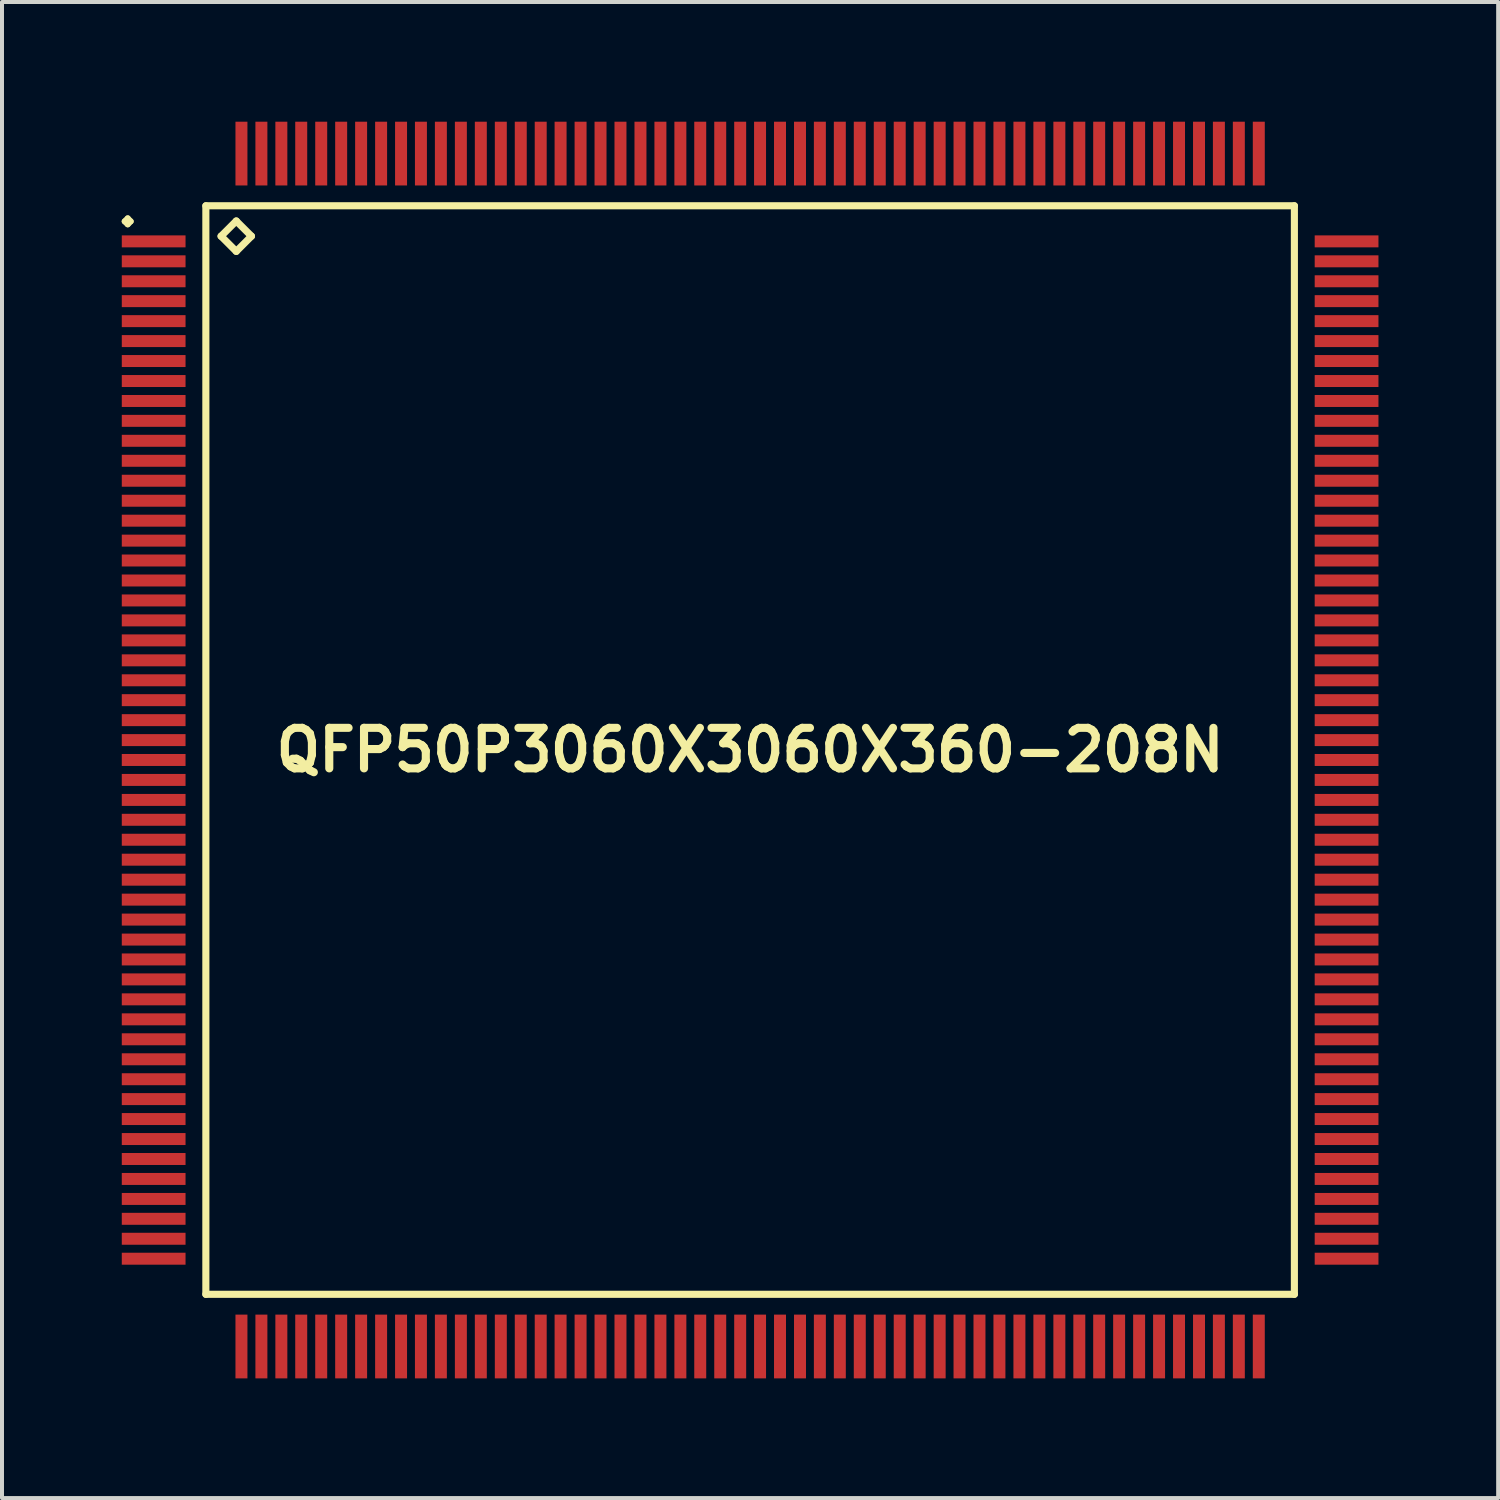
<source format=kicad_pcb>
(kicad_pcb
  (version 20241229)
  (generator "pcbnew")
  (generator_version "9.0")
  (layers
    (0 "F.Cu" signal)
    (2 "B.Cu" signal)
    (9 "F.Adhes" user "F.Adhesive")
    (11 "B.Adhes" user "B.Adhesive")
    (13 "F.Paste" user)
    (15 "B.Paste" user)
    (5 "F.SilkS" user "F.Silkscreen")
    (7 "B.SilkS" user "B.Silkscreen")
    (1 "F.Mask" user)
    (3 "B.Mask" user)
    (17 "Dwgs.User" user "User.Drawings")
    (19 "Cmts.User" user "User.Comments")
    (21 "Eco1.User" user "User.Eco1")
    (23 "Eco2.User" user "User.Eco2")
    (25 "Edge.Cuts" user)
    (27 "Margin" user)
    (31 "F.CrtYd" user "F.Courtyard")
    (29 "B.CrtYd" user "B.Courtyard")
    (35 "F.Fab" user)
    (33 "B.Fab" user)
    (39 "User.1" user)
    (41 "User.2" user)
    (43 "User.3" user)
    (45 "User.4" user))
  (footprint "QFP50P3060X3060X360-208N"
    (layer "F.Cu")
    (at 15.749 15.747)
    (property "Reference" "QFP50P3060X3060X360-208N" (at 0 0 0) (layer "F.SilkS") (effects (font (size 1.016 1.016) (thickness 0.203))))
    (attr smd)
    (fp_line (start -15.674 -13.249) (end -15.598 -13.325) (stroke (width 0.15) (type solid)) (layer "F.SilkS"))
    (fp_line (start -15.598 -13.325) (end -15.524 -13.249) (stroke (width 0.15) (type solid)) (layer "F.SilkS"))
    (fp_line (start -15.598 -13.175) (end -15.674 -13.249) (stroke (width 0.15) (type solid)) (layer "F.SilkS"))
    (fp_line (start -15.524 -13.249) (end -15.598 -13.175) (stroke (width 0.15) (type solid)) (layer "F.SilkS"))
    (fp_line (start -13.64 -13.64) (end -13.64 13.64) (stroke (width 0.178) (type solid)) (layer "F.SilkS"))
    (fp_line (start -13.64 13.64) (end 13.64 13.64) (stroke (width 0.178) (type solid)) (layer "F.SilkS"))
    (fp_line (start -13.259 -12.878) (end -12.878 -13.259) (stroke (width 0.178) (type solid)) (layer "F.SilkS"))
    (fp_line (start -12.878 -13.259) (end -12.497 -12.878) (stroke (width 0.178) (type solid)) (layer "F.SilkS"))
    (fp_line (start -12.878 -12.497) (end -13.259 -12.878) (stroke (width 0.178) (type solid)) (layer "F.SilkS"))
    (fp_line (start -12.497 -12.878) (end -12.878 -12.497) (stroke (width 0.178) (type solid)) (layer "F.SilkS"))
    (fp_line (start 13.64 -13.64) (end -13.64 -13.64) (stroke (width 0.178) (type solid)) (layer "F.SilkS"))
    (fp_line (start 13.64 13.64) (end 13.64 -13.64) (stroke (width 0.178) (type solid)) (layer "F.SilkS"))
    (pad "1" smd rect (at -14.948 -12.748) (size 1.598 0.3) (layers "F.Cu" "F.Mask" "F.Paste"))
    (pad "2" smd rect (at -14.948 -12.248) (size 1.598 0.3) (layers "F.Cu" "F.Mask" "F.Paste"))
    (pad "3" smd rect (at -14.948 -11.748) (size 1.598 0.3) (layers "F.Cu" "F.Mask" "F.Paste"))
    (pad "4" smd rect (at -14.948 -11.25) (size 1.598 0.3) (layers "F.Cu" "F.Mask" "F.Paste"))
    (pad "5" smd rect (at -14.948 -10.749) (size 1.598 0.3) (layers "F.Cu" "F.Mask" "F.Paste"))
    (pad "6" smd rect (at -14.948 -10.249) (size 1.598 0.3) (layers "F.Cu" "F.Mask" "F.Paste"))
    (pad "7" smd rect (at -14.948 -9.749) (size 1.598 0.3) (layers "F.Cu" "F.Mask" "F.Paste"))
    (pad "8" smd rect (at -14.948 -9.248) (size 1.598 0.3) (layers "F.Cu" "F.Mask" "F.Paste"))
    (pad "9" smd rect (at -14.948 -8.748) (size 1.598 0.3) (layers "F.Cu" "F.Mask" "F.Paste"))
    (pad "10" smd rect (at -14.948 -8.25) (size 1.598 0.3) (layers "F.Cu" "F.Mask" "F.Paste"))
    (pad "11" smd rect (at -14.948 -7.75) (size 1.598 0.3) (layers "F.Cu" "F.Mask" "F.Paste"))
    (pad "12" smd rect (at -14.948 -7.249) (size 1.598 0.3) (layers "F.Cu" "F.Mask" "F.Paste"))
    (pad "13" smd rect (at -14.948 -6.749) (size 1.598 0.3) (layers "F.Cu" "F.Mask" "F.Paste"))
    (pad "14" smd rect (at -14.948 -6.248) (size 1.598 0.3) (layers "F.Cu" "F.Mask" "F.Paste"))
    (pad "15" smd rect (at -14.948 -5.748) (size 1.598 0.3) (layers "F.Cu" "F.Mask" "F.Paste"))
    (pad "16" smd rect (at -14.948 -5.248) (size 1.598 0.3) (layers "F.Cu" "F.Mask" "F.Paste"))
    (pad "17" smd rect (at -14.948 -4.75) (size 1.598 0.3) (layers "F.Cu" "F.Mask" "F.Paste"))
    (pad "18" smd rect (at -14.948 -4.249) (size 1.598 0.3) (layers "F.Cu" "F.Mask" "F.Paste"))
    (pad "19" smd rect (at -14.948 -3.749) (size 1.598 0.3) (layers "F.Cu" "F.Mask" "F.Paste"))
    (pad "20" smd rect (at -14.948 -3.249) (size 1.598 0.3) (layers "F.Cu" "F.Mask" "F.Paste"))
    (pad "21" smd rect (at -14.948 -2.748) (size 1.598 0.3) (layers "F.Cu" "F.Mask" "F.Paste"))
    (pad "22" smd rect (at -14.948 -2.248) (size 1.598 0.3) (layers "F.Cu" "F.Mask" "F.Paste"))
    (pad "23" smd rect (at -14.948 -1.748) (size 1.598 0.3) (layers "F.Cu" "F.Mask" "F.Paste"))
    (pad "24" smd rect (at -14.948 -1.25) (size 1.598 0.3) (layers "F.Cu" "F.Mask" "F.Paste"))
    (pad "25" smd rect (at -14.948 -0.749) (size 1.598 0.3) (layers "F.Cu" "F.Mask" "F.Paste"))
    (pad "26" smd rect (at -14.948 -0.249) (size 1.598 0.3) (layers "F.Cu" "F.Mask" "F.Paste"))
    (pad "27" smd rect (at -14.948 0.249) (size 1.598 0.3) (layers "F.Cu" "F.Mask" "F.Paste"))
    (pad "28" smd rect (at -14.948 0.749) (size 1.598 0.3) (layers "F.Cu" "F.Mask" "F.Paste"))
    (pad "29" smd rect (at -14.948 1.25) (size 1.598 0.3) (layers "F.Cu" "F.Mask" "F.Paste"))
    (pad "30" smd rect (at -14.948 1.748) (size 1.598 0.3) (layers "F.Cu" "F.Mask" "F.Paste"))
    (pad "31" smd rect (at -14.948 2.248) (size 1.598 0.3) (layers "F.Cu" "F.Mask" "F.Paste"))
    (pad "32" smd rect (at -14.948 2.748) (size 1.598 0.3) (layers "F.Cu" "F.Mask" "F.Paste"))
    (pad "33" smd rect (at -14.948 3.249) (size 1.598 0.3) (layers "F.Cu" "F.Mask" "F.Paste"))
    (pad "34" smd rect (at -14.948 3.749) (size 1.598 0.3) (layers "F.Cu" "F.Mask" "F.Paste"))
    (pad "35" smd rect (at -14.948 4.249) (size 1.598 0.3) (layers "F.Cu" "F.Mask" "F.Paste"))
    (pad "36" smd rect (at -14.948 4.75) (size 1.598 0.3) (layers "F.Cu" "F.Mask" "F.Paste"))
    (pad "37" smd rect (at -14.948 5.248) (size 1.598 0.3) (layers "F.Cu" "F.Mask" "F.Paste"))
    (pad "38" smd rect (at -14.948 5.748) (size 1.598 0.3) (layers "F.Cu" "F.Mask" "F.Paste"))
    (pad "39" smd rect (at -14.948 6.248) (size 1.598 0.3) (layers "F.Cu" "F.Mask" "F.Paste"))
    (pad "40" smd rect (at -14.948 6.749) (size 1.598 0.3) (layers "F.Cu" "F.Mask" "F.Paste"))
    (pad "41" smd rect (at -14.948 7.249) (size 1.598 0.3) (layers "F.Cu" "F.Mask" "F.Paste"))
    (pad "42" smd rect (at -14.948 7.75) (size 1.598 0.3) (layers "F.Cu" "F.Mask" "F.Paste"))
    (pad "43" smd rect (at -14.948 8.25) (size 1.598 0.3) (layers "F.Cu" "F.Mask" "F.Paste"))
    (pad "44" smd rect (at -14.948 8.748) (size 1.598 0.3) (layers "F.Cu" "F.Mask" "F.Paste"))
    (pad "45" smd rect (at -14.948 9.248) (size 1.598 0.3) (layers "F.Cu" "F.Mask" "F.Paste"))
    (pad "46" smd rect (at -14.948 9.749) (size 1.598 0.3) (layers "F.Cu" "F.Mask" "F.Paste"))
    (pad "47" smd rect (at -14.948 10.249) (size 1.598 0.3) (layers "F.Cu" "F.Mask" "F.Paste"))
    (pad "48" smd rect (at -14.948 10.749) (size 1.598 0.3) (layers "F.Cu" "F.Mask" "F.Paste"))
    (pad "49" smd rect (at -14.948 11.25) (size 1.598 0.3) (layers "F.Cu" "F.Mask" "F.Paste"))
    (pad "50" smd rect (at -14.948 11.748) (size 1.598 0.3) (layers "F.Cu" "F.Mask" "F.Paste"))
    (pad "51" smd rect (at -14.948 12.248) (size 1.598 0.3) (layers "F.Cu" "F.Mask" "F.Paste"))
    (pad "52" smd rect (at -14.948 12.748) (size 1.598 0.3) (layers "F.Cu" "F.Mask" "F.Paste"))
    (pad "53" smd rect (at -12.748 14.948) (size 0.3 1.598) (layers "F.Cu" "F.Mask" "F.Paste"))
    (pad "54" smd rect (at -12.248 14.948) (size 0.3 1.598) (layers "F.Cu" "F.Mask" "F.Paste"))
    (pad "55" smd rect (at -11.748 14.948) (size 0.3 1.598) (layers "F.Cu" "F.Mask" "F.Paste"))
    (pad "56" smd rect (at -11.25 14.948) (size 0.3 1.598) (layers "F.Cu" "F.Mask" "F.Paste"))
    (pad "57" smd rect (at -10.749 14.948) (size 0.3 1.598) (layers "F.Cu" "F.Mask" "F.Paste"))
    (pad "58" smd rect (at -10.249 14.948) (size 0.3 1.598) (layers "F.Cu" "F.Mask" "F.Paste"))
    (pad "59" smd rect (at -9.749 14.948) (size 0.3 1.598) (layers "F.Cu" "F.Mask" "F.Paste"))
    (pad "60" smd rect (at -9.248 14.948) (size 0.3 1.598) (layers "F.Cu" "F.Mask" "F.Paste"))
    (pad "61" smd rect (at -8.748 14.948) (size 0.3 1.598) (layers "F.Cu" "F.Mask" "F.Paste"))
    (pad "62" smd rect (at -8.25 14.948) (size 0.3 1.598) (layers "F.Cu" "F.Mask" "F.Paste"))
    (pad "63" smd rect (at -7.75 14.948) (size 0.3 1.598) (layers "F.Cu" "F.Mask" "F.Paste"))
    (pad "64" smd rect (at -7.249 14.948) (size 0.3 1.598) (layers "F.Cu" "F.Mask" "F.Paste"))
    (pad "65" smd rect (at -6.749 14.948) (size 0.3 1.598) (layers "F.Cu" "F.Mask" "F.Paste"))
    (pad "66" smd rect (at -6.248 14.948) (size 0.3 1.598) (layers "F.Cu" "F.Mask" "F.Paste"))
    (pad "67" smd rect (at -5.748 14.948) (size 0.3 1.598) (layers "F.Cu" "F.Mask" "F.Paste"))
    (pad "68" smd rect (at -5.248 14.948) (size 0.3 1.598) (layers "F.Cu" "F.Mask" "F.Paste"))
    (pad "69" smd rect (at -4.75 14.948) (size 0.3 1.598) (layers "F.Cu" "F.Mask" "F.Paste"))
    (pad "70" smd rect (at -4.249 14.948) (size 0.3 1.598) (layers "F.Cu" "F.Mask" "F.Paste"))
    (pad "71" smd rect (at -3.749 14.948) (size 0.3 1.598) (layers "F.Cu" "F.Mask" "F.Paste"))
    (pad "72" smd rect (at -3.249 14.948) (size 0.3 1.598) (layers "F.Cu" "F.Mask" "F.Paste"))
    (pad "73" smd rect (at -2.748 14.948) (size 0.3 1.598) (layers "F.Cu" "F.Mask" "F.Paste"))
    (pad "74" smd rect (at -2.248 14.948) (size 0.3 1.598) (layers "F.Cu" "F.Mask" "F.Paste"))
    (pad "75" smd rect (at -1.748 14.948) (size 0.3 1.598) (layers "F.Cu" "F.Mask" "F.Paste"))
    (pad "76" smd rect (at -1.25 14.948) (size 0.3 1.598) (layers "F.Cu" "F.Mask" "F.Paste"))
    (pad "77" smd rect (at -0.749 14.948) (size 0.3 1.598) (layers "F.Cu" "F.Mask" "F.Paste"))
    (pad "78" smd rect (at -0.249 14.948) (size 0.3 1.598) (layers "F.Cu" "F.Mask" "F.Paste"))
    (pad "79" smd rect (at 0.249 14.948) (size 0.3 1.598) (layers "F.Cu" "F.Mask" "F.Paste"))
    (pad "80" smd rect (at 0.749 14.948) (size 0.3 1.598) (layers "F.Cu" "F.Mask" "F.Paste"))
    (pad "81" smd rect (at 1.25 14.948) (size 0.3 1.598) (layers "F.Cu" "F.Mask" "F.Paste"))
    (pad "82" smd rect (at 1.748 14.948) (size 0.3 1.598) (layers "F.Cu" "F.Mask" "F.Paste"))
    (pad "83" smd rect (at 2.248 14.948) (size 0.3 1.598) (layers "F.Cu" "F.Mask" "F.Paste"))
    (pad "84" smd rect (at 2.748 14.948) (size 0.3 1.598) (layers "F.Cu" "F.Mask" "F.Paste"))
    (pad "85" smd rect (at 3.249 14.948) (size 0.3 1.598) (layers "F.Cu" "F.Mask" "F.Paste"))
    (pad "86" smd rect (at 3.749 14.948) (size 0.3 1.598) (layers "F.Cu" "F.Mask" "F.Paste"))
    (pad "87" smd rect (at 4.249 14.948) (size 0.3 1.598) (layers "F.Cu" "F.Mask" "F.Paste"))
    (pad "88" smd rect (at 4.75 14.948) (size 0.3 1.598) (layers "F.Cu" "F.Mask" "F.Paste"))
    (pad "89" smd rect (at 5.248 14.948) (size 0.3 1.598) (layers "F.Cu" "F.Mask" "F.Paste"))
    (pad "90" smd rect (at 5.748 14.948) (size 0.3 1.598) (layers "F.Cu" "F.Mask" "F.Paste"))
    (pad "91" smd rect (at 6.248 14.948) (size 0.3 1.598) (layers "F.Cu" "F.Mask" "F.Paste"))
    (pad "92" smd rect (at 6.749 14.948) (size 0.3 1.598) (layers "F.Cu" "F.Mask" "F.Paste"))
    (pad "93" smd rect (at 7.249 14.948) (size 0.3 1.598) (layers "F.Cu" "F.Mask" "F.Paste"))
    (pad "94" smd rect (at 7.75 14.948) (size 0.3 1.598) (layers "F.Cu" "F.Mask" "F.Paste"))
    (pad "95" smd rect (at 8.25 14.948) (size 0.3 1.598) (layers "F.Cu" "F.Mask" "F.Paste"))
    (pad "96" smd rect (at 8.748 14.948) (size 0.3 1.598) (layers "F.Cu" "F.Mask" "F.Paste"))
    (pad "97" smd rect (at 9.248 14.948) (size 0.3 1.598) (layers "F.Cu" "F.Mask" "F.Paste"))
    (pad "98" smd rect (at 9.749 14.948) (size 0.3 1.598) (layers "F.Cu" "F.Mask" "F.Paste"))
    (pad "99" smd rect (at 10.249 14.948) (size 0.3 1.598) (layers "F.Cu" "F.Mask" "F.Paste"))
    (pad "100" smd rect (at 10.749 14.948) (size 0.3 1.598) (layers "F.Cu" "F.Mask" "F.Paste"))
    (pad "101" smd rect (at 11.25 14.948) (size 0.3 1.598) (layers "F.Cu" "F.Mask" "F.Paste"))
    (pad "102" smd rect (at 11.748 14.948) (size 0.3 1.598) (layers "F.Cu" "F.Mask" "F.Paste"))
    (pad "103" smd rect (at 12.248 14.948) (size 0.3 1.598) (layers "F.Cu" "F.Mask" "F.Paste"))
    (pad "104" smd rect (at 12.748 14.948) (size 0.3 1.598) (layers "F.Cu" "F.Mask" "F.Paste"))
    (pad "105" smd rect (at 14.948 12.748) (size 1.598 0.3) (layers "F.Cu" "F.Mask" "F.Paste"))
    (pad "106" smd rect (at 14.948 12.248) (size 1.598 0.3) (layers "F.Cu" "F.Mask" "F.Paste"))
    (pad "107" smd rect (at 14.948 11.748) (size 1.598 0.3) (layers "F.Cu" "F.Mask" "F.Paste"))
    (pad "108" smd rect (at 14.948 11.25) (size 1.598 0.3) (layers "F.Cu" "F.Mask" "F.Paste"))
    (pad "109" smd rect (at 14.948 10.749) (size 1.598 0.3) (layers "F.Cu" "F.Mask" "F.Paste"))
    (pad "110" smd rect (at 14.948 10.249) (size 1.598 0.3) (layers "F.Cu" "F.Mask" "F.Paste"))
    (pad "111" smd rect (at 14.948 9.749) (size 1.598 0.3) (layers "F.Cu" "F.Mask" "F.Paste"))
    (pad "112" smd rect (at 14.948 9.248) (size 1.598 0.3) (layers "F.Cu" "F.Mask" "F.Paste"))
    (pad "113" smd rect (at 14.948 8.748) (size 1.598 0.3) (layers "F.Cu" "F.Mask" "F.Paste"))
    (pad "114" smd rect (at 14.948 8.25) (size 1.598 0.3) (layers "F.Cu" "F.Mask" "F.Paste"))
    (pad "115" smd rect (at 14.948 7.75) (size 1.598 0.3) (layers "F.Cu" "F.Mask" "F.Paste"))
    (pad "116" smd rect (at 14.948 7.249) (size 1.598 0.3) (layers "F.Cu" "F.Mask" "F.Paste"))
    (pad "117" smd rect (at 14.948 6.749) (size 1.598 0.3) (layers "F.Cu" "F.Mask" "F.Paste"))
    (pad "118" smd rect (at 14.948 6.248) (size 1.598 0.3) (layers "F.Cu" "F.Mask" "F.Paste"))
    (pad "119" smd rect (at 14.948 5.748) (size 1.598 0.3) (layers "F.Cu" "F.Mask" "F.Paste"))
    (pad "120" smd rect (at 14.948 5.248) (size 1.598 0.3) (layers "F.Cu" "F.Mask" "F.Paste"))
    (pad "121" smd rect (at 14.948 4.75) (size 1.598 0.3) (layers "F.Cu" "F.Mask" "F.Paste"))
    (pad "122" smd rect (at 14.948 4.249) (size 1.598 0.3) (layers "F.Cu" "F.Mask" "F.Paste"))
    (pad "123" smd rect (at 14.948 3.749) (size 1.598 0.3) (layers "F.Cu" "F.Mask" "F.Paste"))
    (pad "124" smd rect (at 14.948 3.249) (size 1.598 0.3) (layers "F.Cu" "F.Mask" "F.Paste"))
    (pad "125" smd rect (at 14.948 2.748) (size 1.598 0.3) (layers "F.Cu" "F.Mask" "F.Paste"))
    (pad "126" smd rect (at 14.948 2.248) (size 1.598 0.3) (layers "F.Cu" "F.Mask" "F.Paste"))
    (pad "127" smd rect (at 14.948 1.748) (size 1.598 0.3) (layers "F.Cu" "F.Mask" "F.Paste"))
    (pad "128" smd rect (at 14.948 1.25) (size 1.598 0.3) (layers "F.Cu" "F.Mask" "F.Paste"))
    (pad "129" smd rect (at 14.948 0.749) (size 1.598 0.3) (layers "F.Cu" "F.Mask" "F.Paste"))
    (pad "130" smd rect (at 14.948 0.249) (size 1.598 0.3) (layers "F.Cu" "F.Mask" "F.Paste"))
    (pad "131" smd rect (at 14.948 -0.249) (size 1.598 0.3) (layers "F.Cu" "F.Mask" "F.Paste"))
    (pad "132" smd rect (at 14.948 -0.749) (size 1.598 0.3) (layers "F.Cu" "F.Mask" "F.Paste"))
    (pad "133" smd rect (at 14.948 -1.25) (size 1.598 0.3) (layers "F.Cu" "F.Mask" "F.Paste"))
    (pad "134" smd rect (at 14.948 -1.748) (size 1.598 0.3) (layers "F.Cu" "F.Mask" "F.Paste"))
    (pad "135" smd rect (at 14.948 -2.248) (size 1.598 0.3) (layers "F.Cu" "F.Mask" "F.Paste"))
    (pad "136" smd rect (at 14.948 -2.748) (size 1.598 0.3) (layers "F.Cu" "F.Mask" "F.Paste"))
    (pad "137" smd rect (at 14.948 -3.249) (size 1.598 0.3) (layers "F.Cu" "F.Mask" "F.Paste"))
    (pad "138" smd rect (at 14.948 -3.749) (size 1.598 0.3) (layers "F.Cu" "F.Mask" "F.Paste"))
    (pad "139" smd rect (at 14.948 -4.249) (size 1.598 0.3) (layers "F.Cu" "F.Mask" "F.Paste"))
    (pad "140" smd rect (at 14.948 -4.75) (size 1.598 0.3) (layers "F.Cu" "F.Mask" "F.Paste"))
    (pad "141" smd rect (at 14.948 -5.248) (size 1.598 0.3) (layers "F.Cu" "F.Mask" "F.Paste"))
    (pad "142" smd rect (at 14.948 -5.748) (size 1.598 0.3) (layers "F.Cu" "F.Mask" "F.Paste"))
    (pad "143" smd rect (at 14.948 -6.248) (size 1.598 0.3) (layers "F.Cu" "F.Mask" "F.Paste"))
    (pad "144" smd rect (at 14.948 -6.749) (size 1.598 0.3) (layers "F.Cu" "F.Mask" "F.Paste"))
    (pad "145" smd rect (at 14.948 -7.249) (size 1.598 0.3) (layers "F.Cu" "F.Mask" "F.Paste"))
    (pad "146" smd rect (at 14.948 -7.75) (size 1.598 0.3) (layers "F.Cu" "F.Mask" "F.Paste"))
    (pad "147" smd rect (at 14.948 -8.25) (size 1.598 0.3) (layers "F.Cu" "F.Mask" "F.Paste"))
    (pad "148" smd rect (at 14.948 -8.748) (size 1.598 0.3) (layers "F.Cu" "F.Mask" "F.Paste"))
    (pad "149" smd rect (at 14.948 -9.248) (size 1.598 0.3) (layers "F.Cu" "F.Mask" "F.Paste"))
    (pad "150" smd rect (at 14.948 -9.749) (size 1.598 0.3) (layers "F.Cu" "F.Mask" "F.Paste"))
    (pad "151" smd rect (at 14.948 -10.249) (size 1.598 0.3) (layers "F.Cu" "F.Mask" "F.Paste"))
    (pad "152" smd rect (at 14.948 -10.749) (size 1.598 0.3) (layers "F.Cu" "F.Mask" "F.Paste"))
    (pad "153" smd rect (at 14.948 -11.25) (size 1.598 0.3) (layers "F.Cu" "F.Mask" "F.Paste"))
    (pad "154" smd rect (at 14.948 -11.748) (size 1.598 0.3) (layers "F.Cu" "F.Mask" "F.Paste"))
    (pad "155" smd rect (at 14.948 -12.248) (size 1.598 0.3) (layers "F.Cu" "F.Mask" "F.Paste"))
    (pad "156" smd rect (at 14.948 -12.748) (size 1.598 0.3) (layers "F.Cu" "F.Mask" "F.Paste"))
    (pad "157" smd rect (at 12.748 -14.948) (size 0.3 1.598) (layers "F.Cu" "F.Mask" "F.Paste"))
    (pad "158" smd rect (at 12.248 -14.948) (size 0.3 1.598) (layers "F.Cu" "F.Mask" "F.Paste"))
    (pad "159" smd rect (at 11.748 -14.948) (size 0.3 1.598) (layers "F.Cu" "F.Mask" "F.Paste"))
    (pad "160" smd rect (at 11.25 -14.948) (size 0.3 1.598) (layers "F.Cu" "F.Mask" "F.Paste"))
    (pad "161" smd rect (at 10.749 -14.948) (size 0.3 1.598) (layers "F.Cu" "F.Mask" "F.Paste"))
    (pad "162" smd rect (at 10.249 -14.948) (size 0.3 1.598) (layers "F.Cu" "F.Mask" "F.Paste"))
    (pad "163" smd rect (at 9.749 -14.948) (size 0.3 1.598) (layers "F.Cu" "F.Mask" "F.Paste"))
    (pad "164" smd rect (at 9.248 -14.948) (size 0.3 1.598) (layers "F.Cu" "F.Mask" "F.Paste"))
    (pad "165" smd rect (at 8.748 -14.948) (size 0.3 1.598) (layers "F.Cu" "F.Mask" "F.Paste"))
    (pad "166" smd rect (at 8.25 -14.948) (size 0.3 1.598) (layers "F.Cu" "F.Mask" "F.Paste"))
    (pad "167" smd rect (at 7.75 -14.948) (size 0.3 1.598) (layers "F.Cu" "F.Mask" "F.Paste"))
    (pad "168" smd rect (at 7.249 -14.948) (size 0.3 1.598) (layers "F.Cu" "F.Mask" "F.Paste"))
    (pad "169" smd rect (at 6.749 -14.948) (size 0.3 1.598) (layers "F.Cu" "F.Mask" "F.Paste"))
    (pad "170" smd rect (at 6.248 -14.948) (size 0.3 1.598) (layers "F.Cu" "F.Mask" "F.Paste"))
    (pad "171" smd rect (at 5.748 -14.948) (size 0.3 1.598) (layers "F.Cu" "F.Mask" "F.Paste"))
    (pad "172" smd rect (at 5.248 -14.948) (size 0.3 1.598) (layers "F.Cu" "F.Mask" "F.Paste"))
    (pad "173" smd rect (at 4.75 -14.948) (size 0.3 1.598) (layers "F.Cu" "F.Mask" "F.Paste"))
    (pad "174" smd rect (at 4.249 -14.948) (size 0.3 1.598) (layers "F.Cu" "F.Mask" "F.Paste"))
    (pad "175" smd rect (at 3.749 -14.948) (size 0.3 1.598) (layers "F.Cu" "F.Mask" "F.Paste"))
    (pad "176" smd rect (at 3.249 -14.948) (size 0.3 1.598) (layers "F.Cu" "F.Mask" "F.Paste"))
    (pad "177" smd rect (at 2.748 -14.948) (size 0.3 1.598) (layers "F.Cu" "F.Mask" "F.Paste"))
    (pad "178" smd rect (at 2.248 -14.948) (size 0.3 1.598) (layers "F.Cu" "F.Mask" "F.Paste"))
    (pad "179" smd rect (at 1.748 -14.948) (size 0.3 1.598) (layers "F.Cu" "F.Mask" "F.Paste"))
    (pad "180" smd rect (at 1.25 -14.948) (size 0.3 1.598) (layers "F.Cu" "F.Mask" "F.Paste"))
    (pad "181" smd rect (at 0.749 -14.948) (size 0.3 1.598) (layers "F.Cu" "F.Mask" "F.Paste"))
    (pad "182" smd rect (at 0.249 -14.948) (size 0.3 1.598) (layers "F.Cu" "F.Mask" "F.Paste"))
    (pad "183" smd rect (at -0.249 -14.948) (size 0.3 1.598) (layers "F.Cu" "F.Mask" "F.Paste"))
    (pad "184" smd rect (at -0.749 -14.948) (size 0.3 1.598) (layers "F.Cu" "F.Mask" "F.Paste"))
    (pad "185" smd rect (at -1.25 -14.948) (size 0.3 1.598) (layers "F.Cu" "F.Mask" "F.Paste"))
    (pad "186" smd rect (at -1.748 -14.948) (size 0.3 1.598) (layers "F.Cu" "F.Mask" "F.Paste"))
    (pad "187" smd rect (at -2.248 -14.948) (size 0.3 1.598) (layers "F.Cu" "F.Mask" "F.Paste"))
    (pad "188" smd rect (at -2.748 -14.948) (size 0.3 1.598) (layers "F.Cu" "F.Mask" "F.Paste"))
    (pad "189" smd rect (at -3.249 -14.948) (size 0.3 1.598) (layers "F.Cu" "F.Mask" "F.Paste"))
    (pad "190" smd rect (at -3.749 -14.948) (size 0.3 1.598) (layers "F.Cu" "F.Mask" "F.Paste"))
    (pad "191" smd rect (at -4.249 -14.948) (size 0.3 1.598) (layers "F.Cu" "F.Mask" "F.Paste"))
    (pad "192" smd rect (at -4.75 -14.948) (size 0.3 1.598) (layers "F.Cu" "F.Mask" "F.Paste"))
    (pad "193" smd rect (at -5.248 -14.948) (size 0.3 1.598) (layers "F.Cu" "F.Mask" "F.Paste"))
    (pad "194" smd rect (at -5.748 -14.948) (size 0.3 1.598) (layers "F.Cu" "F.Mask" "F.Paste"))
    (pad "195" smd rect (at -6.248 -14.948) (size 0.3 1.598) (layers "F.Cu" "F.Mask" "F.Paste"))
    (pad "196" smd rect (at -6.749 -14.948) (size 0.3 1.598) (layers "F.Cu" "F.Mask" "F.Paste"))
    (pad "197" smd rect (at -7.249 -14.948) (size 0.3 1.598) (layers "F.Cu" "F.Mask" "F.Paste"))
    (pad "198" smd rect (at -7.75 -14.948) (size 0.3 1.598) (layers "F.Cu" "F.Mask" "F.Paste"))
    (pad "199" smd rect (at -8.25 -14.948) (size 0.3 1.598) (layers "F.Cu" "F.Mask" "F.Paste"))
    (pad "200" smd rect (at -8.748 -14.948) (size 0.3 1.598) (layers "F.Cu" "F.Mask" "F.Paste"))
    (pad "201" smd rect (at -9.248 -14.948) (size 0.3 1.598) (layers "F.Cu" "F.Mask" "F.Paste"))
    (pad "202" smd rect (at -9.749 -14.948) (size 0.3 1.598) (layers "F.Cu" "F.Mask" "F.Paste"))
    (pad "203" smd rect (at -10.249 -14.948) (size 0.3 1.598) (layers "F.Cu" "F.Mask" "F.Paste"))
    (pad "204" smd rect (at -10.749 -14.948) (size 0.3 1.598) (layers "F.Cu" "F.Mask" "F.Paste"))
    (pad "205" smd rect (at -11.25 -14.948) (size 0.3 1.598) (layers "F.Cu" "F.Mask" "F.Paste"))
    (pad "206" smd rect (at -11.748 -14.948) (size 0.3 1.598) (layers "F.Cu" "F.Mask" "F.Paste"))
    (pad "207" smd rect (at -12.248 -14.948) (size 0.3 1.598) (layers "F.Cu" "F.Mask" "F.Paste"))
    (pad "208" smd rect (at -12.748 -14.948) (size 0.3 1.598) (layers "F.Cu" "F.Mask" "F.Paste")))
  (gr_rect
    (start -3 -3)
    (end 34.496 34.493)
    (stroke (width 0.1) (type default))
    (fill no)
    (layer "Edge.Cuts")))
</source>
